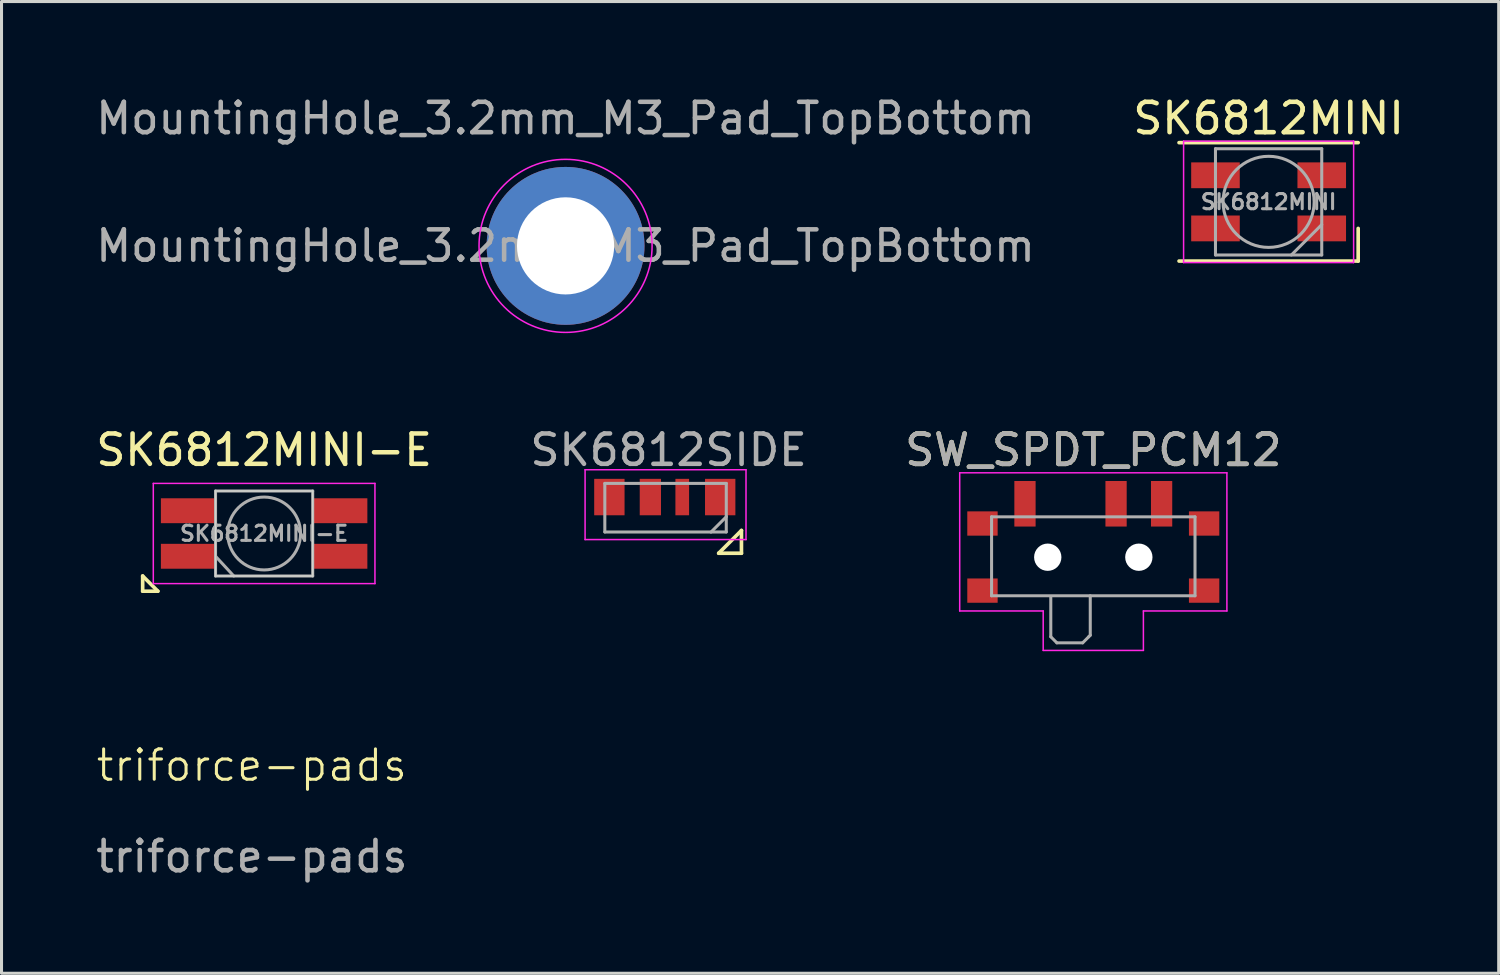
<source format=kicad_pcb>
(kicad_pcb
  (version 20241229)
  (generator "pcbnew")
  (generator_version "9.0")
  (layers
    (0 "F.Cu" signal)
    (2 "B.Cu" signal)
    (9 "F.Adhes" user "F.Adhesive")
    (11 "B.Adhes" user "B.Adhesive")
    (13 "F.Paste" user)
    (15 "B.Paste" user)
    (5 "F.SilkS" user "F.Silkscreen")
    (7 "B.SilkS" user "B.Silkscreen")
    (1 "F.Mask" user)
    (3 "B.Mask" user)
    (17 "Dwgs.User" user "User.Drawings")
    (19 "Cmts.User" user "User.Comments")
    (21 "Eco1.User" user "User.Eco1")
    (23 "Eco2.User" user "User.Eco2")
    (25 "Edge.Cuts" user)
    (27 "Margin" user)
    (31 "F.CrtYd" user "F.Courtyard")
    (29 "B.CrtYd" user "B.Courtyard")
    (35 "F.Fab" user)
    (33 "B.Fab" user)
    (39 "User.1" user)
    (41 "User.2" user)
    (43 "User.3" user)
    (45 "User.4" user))
  (footprint "SK6812MINI-E"
    (layer "F.Cu")
    (at 5.649 14.521)
    (property "Reference" "SK6812MINI-E" (at 0 -2.75 0) (layer "F.SilkS") (effects (font (size 1 1) (thickness 0.15))))
    (attr smd)
    (fp_line (start -4 1.4) (end -3.5 1.9) (stroke (width 0.12) (type solid)) (layer "F.SilkS"))
    (fp_line (start -4 1.9) (end -4 1.4) (stroke (width 0.12) (type solid)) (layer "F.SilkS"))
    (fp_line (start -4 1.9) (end -3.5 1.9) (stroke (width 0.12) (type solid)) (layer "F.SilkS"))
    (fp_line (start -1.6 -1.4) (end -1.6 1.4) (stroke (width 0.05) (type solid)) (layer "Edge.Cuts"))
    (fp_line (start -1.6 1.4) (end 1.6 1.4) (stroke (width 0.05) (type solid)) (layer "Edge.Cuts"))
    (fp_line (start 1.6 -1.4) (end -1.6 -1.4) (stroke (width 0.05) (type solid)) (layer "Edge.Cuts"))
    (fp_line (start 1.6 1.4) (end 1.6 -1.4) (stroke (width 0.05) (type solid)) (layer "Edge.Cuts"))
    (fp_line (start -3.65 -1.65) (end -3.65 1.65) (stroke (width 0.05) (type solid)) (layer "F.CrtYd"))
    (fp_line (start -3.65 1.65) (end 3.65 1.65) (stroke (width 0.05) (type solid)) (layer "F.CrtYd"))
    (fp_line (start 3.65 -1.65) (end -3.65 -1.65) (stroke (width 0.05) (type solid)) (layer "F.CrtYd"))
    (fp_line (start 3.65 1.65) (end 3.65 -1.65) (stroke (width 0.05) (type solid)) (layer "F.CrtYd"))
    (fp_line (start -1.6 -1.4) (end -1.6 1.4) (stroke (width 0.1) (type solid)) (layer "F.Fab"))
    (fp_line (start -1.6 1.4) (end 1.6 1.4) (stroke (width 0.1) (type solid)) (layer "F.Fab"))
    (fp_line (start -1 1.4) (end -1.6 0.75) (stroke (width 0.1) (type solid)) (layer "F.Fab"))
    (fp_line (start 1.6 -1.4) (end -1.6 -1.4) (stroke (width 0.1) (type solid)) (layer "F.Fab"))
    (fp_line (start 1.6 1.4) (end 1.6 -1.4) (stroke (width 0.1) (type solid)) (layer "F.Fab"))
    (fp_circle (center 0 0) (end 1.2 0) (stroke (width 0.1) (type solid)) (fill no) (layer "F.Fab"))
    (fp_text user "${REFERENCE}" (at 0 0 0) (layer "F.Fab") (effects (font (size 0.5 0.5) (thickness 0.1))))
    (pad "1" smd rect (at 2.5 -0.75) (size 1.8 0.82) (layers "F.Cu" "F.Mask" "F.Paste"))
    (pad "2" smd rect (at 2.5 0.75) (size 1.8 0.82) (layers "F.Cu" "F.Mask" "F.Paste"))
    (pad "3" smd rect (at -2.5 0.75) (size 1.8 0.82) (layers "F.Cu" "F.Mask" "F.Paste"))
    (pad "4" smd rect (at -2.5 -0.75) (size 1.8 0.82) (layers "F.Cu" "F.Mask" "F.Paste")))
  (footprint "SK6812MINI"
    (layer "F.Cu")
    (at 38.732 3.598)
    (property "Reference" "SK6812MINI" (at 0 -2.75 0) (layer "F.SilkS") (effects (font (size 1 1) (thickness 0.15))))
    (attr smd)
    (fp_line (start -2.95 -1.95) (end 2.95 -1.95) (stroke (width 0.12) (type solid)) (layer "F.SilkS"))
    (fp_line (start -2.95 1.95) (end 2.95 1.95) (stroke (width 0.12) (type solid)) (layer "F.SilkS"))
    (fp_line (start 2.95 1.95) (end 2.95 0.875) (stroke (width 0.12) (type solid)) (layer "F.SilkS"))
    (fp_line (start -2.8 -2) (end -2.8 2) (stroke (width 0.05) (type solid)) (layer "F.CrtYd"))
    (fp_line (start -2.8 2) (end 2.8 2) (stroke (width 0.05) (type solid)) (layer "F.CrtYd"))
    (fp_line (start 2.8 -2) (end -2.8 -2) (stroke (width 0.05) (type solid)) (layer "F.CrtYd"))
    (fp_line (start 2.8 2) (end 2.8 -2) (stroke (width 0.05) (type solid)) (layer "F.CrtYd"))
    (fp_line (start -1.75 -1.75) (end -1.75 1.75) (stroke (width 0.1) (type solid)) (layer "F.Fab"))
    (fp_line (start -1.75 1.75) (end 1.75 1.75) (stroke (width 0.1) (type solid)) (layer "F.Fab"))
    (fp_line (start 1.75 -1.75) (end -1.75 -1.75) (stroke (width 0.1) (type solid)) (layer "F.Fab"))
    (fp_line (start 1.75 0.75) (end 0.75 1.75) (stroke (width 0.1) (type solid)) (layer "F.Fab"))
    (fp_line (start 1.75 1.75) (end 1.75 -1.75) (stroke (width 0.1) (type solid)) (layer "F.Fab"))
    (fp_circle (center 0 0) (end 0 -1.5) (stroke (width 0.1) (type solid)) (fill no) (layer "F.Fab"))
    (fp_text user "${REFERENCE}" (at 0 0 0) (layer "F.Fab") (effects (font (size 0.5 0.5) (thickness 0.1))))
    (pad "1" smd rect (at -1.75 -0.875) (size 1.6 0.85) (layers "F.Cu" "F.Mask" "F.Paste"))
    (pad "2" smd rect (at -1.75 0.875) (size 1.6 0.85) (layers "F.Cu" "F.Mask" "F.Paste"))
    (pad "3" smd rect (at 1.75 0.875) (size 1.6 0.85) (layers "F.Cu" "F.Mask" "F.Paste"))
    (pad "4" smd rect (at 1.75 -0.875) (size 1.6 0.85) (layers "F.Cu" "F.Mask" "F.Paste")))
  (footprint "SW_SPDT_PCM12"
    (layer "F.Cu")
    (at 32.958 14.972)
    (property "Reference" "SW_SPDT_PCM12" (at 0 -3.2 0) (layer "F.SilkS") (effects (font (size 1 1) (thickness 0.15))))
    (attr smd)
    (fp_line (start -4.4 -2.45) (end 4.4 -2.45) (stroke (width 0.05) (type solid)) (layer "F.CrtYd"))
    (fp_line (start -4.4 2.1) (end -4.4 -2.45) (stroke (width 0.05) (type solid)) (layer "F.CrtYd"))
    (fp_line (start -1.65 2.1) (end -4.4 2.1) (stroke (width 0.05) (type solid)) (layer "F.CrtYd"))
    (fp_line (start -1.65 3.4) (end -1.65 2.1) (stroke (width 0.05) (type solid)) (layer "F.CrtYd"))
    (fp_line (start 1.65 2.1) (end 1.65 3.4) (stroke (width 0.05) (type solid)) (layer "F.CrtYd"))
    (fp_line (start 1.65 3.4) (end -1.65 3.4) (stroke (width 0.05) (type solid)) (layer "F.CrtYd"))
    (fp_line (start 4.4 -2.45) (end 4.4 2.1) (stroke (width 0.05) (type solid)) (layer "F.CrtYd"))
    (fp_line (start 4.4 2.1) (end 1.65 2.1) (stroke (width 0.05) (type solid)) (layer "F.CrtYd"))
    (fp_line (start -3.35 -1) (end -3.35 1.6) (stroke (width 0.1) (type solid)) (layer "F.Fab"))
    (fp_line (start -3.35 1.6) (end 3.35 1.6) (stroke (width 0.1) (type solid)) (layer "F.Fab"))
    (fp_line (start -1.4 1.65) (end -1.4 2.95) (stroke (width 0.1) (type solid)) (layer "F.Fab"))
    (fp_line (start -1.4 2.95) (end -1.2 3.15) (stroke (width 0.1) (type solid)) (layer "F.Fab"))
    (fp_line (start -1.2 3.15) (end -0.35 3.15) (stroke (width 0.1) (type solid)) (layer "F.Fab"))
    (fp_line (start -0.35 3.15) (end -0.15 2.95) (stroke (width 0.1) (type solid)) (layer "F.Fab"))
    (fp_line (start -0.15 2.95) (end -0.1 2.9) (stroke (width 0.1) (type solid)) (layer "F.Fab"))
    (fp_line (start -0.1 2.9) (end -0.1 1.6) (stroke (width 0.1) (type solid)) (layer "F.Fab"))
    (fp_line (start 3.35 -1) (end -3.35 -1) (stroke (width 0.1) (type solid)) (layer "F.Fab"))
    (fp_line (start 3.35 1.6) (end 3.35 -1) (stroke (width 0.1) (type solid)) (layer "F.Fab"))
    (fp_text user "${REFERENCE}" (at 0 -3.2 0) (layer "F.Fab") (effects (font (size 1 1) (thickness 0.15))))
    (pad "" smd rect (at -3.65 -0.78) (size 1 0.8) (layers "F.Cu" "F.Mask" "F.Paste"))
    (pad "" smd rect (at -3.65 1.43) (size 1 0.8) (layers "F.Cu" "F.Mask" "F.Paste"))
    (pad "" np_thru_hole circle (at -1.5 0.33) (size 0.9 0.9) (drill 0.9) (layers "*.Cu" "*.Mask"))
    (pad "" np_thru_hole circle (at 1.5 0.33) (size 0.9 0.9) (drill 0.9) (layers "*.Cu" "*.Mask"))
    (pad "" smd rect (at 3.65 -0.78) (size 1 0.8) (layers "F.Cu" "F.Mask" "F.Paste"))
    (pad "" smd rect (at 3.65 1.43) (size 1 0.8) (layers "F.Cu" "F.Mask" "F.Paste"))
    (pad "1" smd rect (at -2.25 -1.43) (size 0.7 1.5) (layers "F.Cu" "F.Mask" "F.Paste"))
    (pad "2" smd rect (at 0.75 -1.43) (size 0.7 1.5) (layers "F.Cu" "F.Mask" "F.Paste"))
    (pad "3" smd rect (at 2.25 -1.43) (size 0.7 1.5) (layers "F.Cu" "F.Mask" "F.Paste")))
  (footprint "MountingHole_3.2mm_M3_Pad_TopBottom"
    (layer "F.Cu")
    (at 15.577 5.048)
    (property "Reference" "MountingHole_3.2mm_M3_Pad_TopBottom" (at 0 -4.2 0) (layer "F.Fab") (effects (font (size 1 1) (thickness 0.15))))
    (attr exclude_from_pos_files exclude_from_bom)
    (fp_circle (center 0 0) (end 2.85 0) (stroke (width 0.05) (type solid)) (fill no) (layer "F.CrtYd"))
    (fp_text user "${REFERENCE}" (at 0 0 0) (layer "F.Fab") (effects (font (size 1 1) (thickness 0.15))))
    (pad "1" thru_hole circle (at 0 0) (size 3.6 3.6) (drill 3.2) (layers "*.Cu" "*.Mask"))
    (pad "1" connect circle (at 0 0) (size 5.2 5.2) (layers "F.Cu" "F.Mask"))
    (pad "1" connect circle (at 0 0) (size 5.2 5.2) (layers "B.Cu" "B.Mask")))
  (footprint "triforce-pads"
    (layer "F.Cu")
    (at 5.244 22.657)
    (property "Reference" "triforce-pads" (at 0 -0.5 0) (unlocked yes) (layer "F.SilkS") (effects (font (size 1 1) (thickness 0.1))))
    (attr smd)
    (fp_text user "${REFERENCE}" (at 0 2.5 0) (unlocked yes) (layer "F.Fab") (effects (font (size 1 1) (thickness 0.15)))))
  (footprint "SK6812SIDE"
    (layer "F.Cu")
    (at 18.87 13.671)
    (property "Reference" "SK6812SIDE" (at 0.1 -1.9 0) (layer "F.Fab") (effects (font (size 1 1) (thickness 0.15))))
    (attr smd)
    (fp_line (start 1.75 1.5) (end 2.5 0.75) (stroke (width 0.12) (type solid)) (layer "F.SilkS"))
    (fp_line (start 1.75 1.5) (end 2.5 1.5) (stroke (width 0.12) (type solid)) (layer "F.SilkS"))
    (fp_line (start 2.5 0.75) (end 2.5 1.5) (stroke (width 0.12) (type solid)) (layer "F.SilkS"))
    (fp_line (start -2.65 -1.25) (end -2.65 1.05) (stroke (width 0.05) (type solid)) (layer "F.CrtYd"))
    (fp_line (start -2.65 1.05) (end 2.65 1.05) (stroke (width 0.05) (type solid)) (layer "F.CrtYd"))
    (fp_line (start 2.65 -1.25) (end -2.65 -1.25) (stroke (width 0.05) (type solid)) (layer "F.CrtYd"))
    (fp_line (start 2.65 1.05) (end 2.65 -1.25) (stroke (width 0.05) (type solid)) (layer "F.CrtYd"))
    (fp_line (start -2 -0.8) (end -2 0.8) (stroke (width 0.1) (type solid)) (layer "F.Fab"))
    (fp_line (start -2 0.8) (end 2 0.8) (stroke (width 0.1) (type solid)) (layer "F.Fab"))
    (fp_line (start 2 -0.8) (end -2 -0.8) (stroke (width 0.1) (type solid)) (layer "F.Fab"))
    (fp_line (start 2 0.8) (end 2 -0.8) (stroke (width 0.1) (type solid)) (layer "F.Fab"))
    (fp_line (start 2.004 0.296) (end 1.496 0.804) (stroke (width 0.1) (type solid)) (layer "F.Fab"))
    (pad "1" smd rect (at -1.85 -0.35) (size 1 1.2) (layers "F.Cu" "F.Mask" "F.Paste"))
    (pad "2" smd rect (at -0.5 -0.35) (size 0.7 1.2) (layers "F.Cu" "F.Mask" "F.Paste"))
    (pad "3" smd rect (at 0.55 -0.35) (size 0.45 1.2) (layers "F.Cu" "F.Mask" "F.Paste"))
    (pad "4" smd rect (at 1.8 -0.35) (size 1 1.2) (layers "F.Cu" "F.Mask" "F.Paste")))
  (gr_rect
    (start -3 -3)
    (end 46.31 29.005)
    (stroke (width 0.1) (type default))
    (fill no)
    (layer "Edge.Cuts")))
</source>
